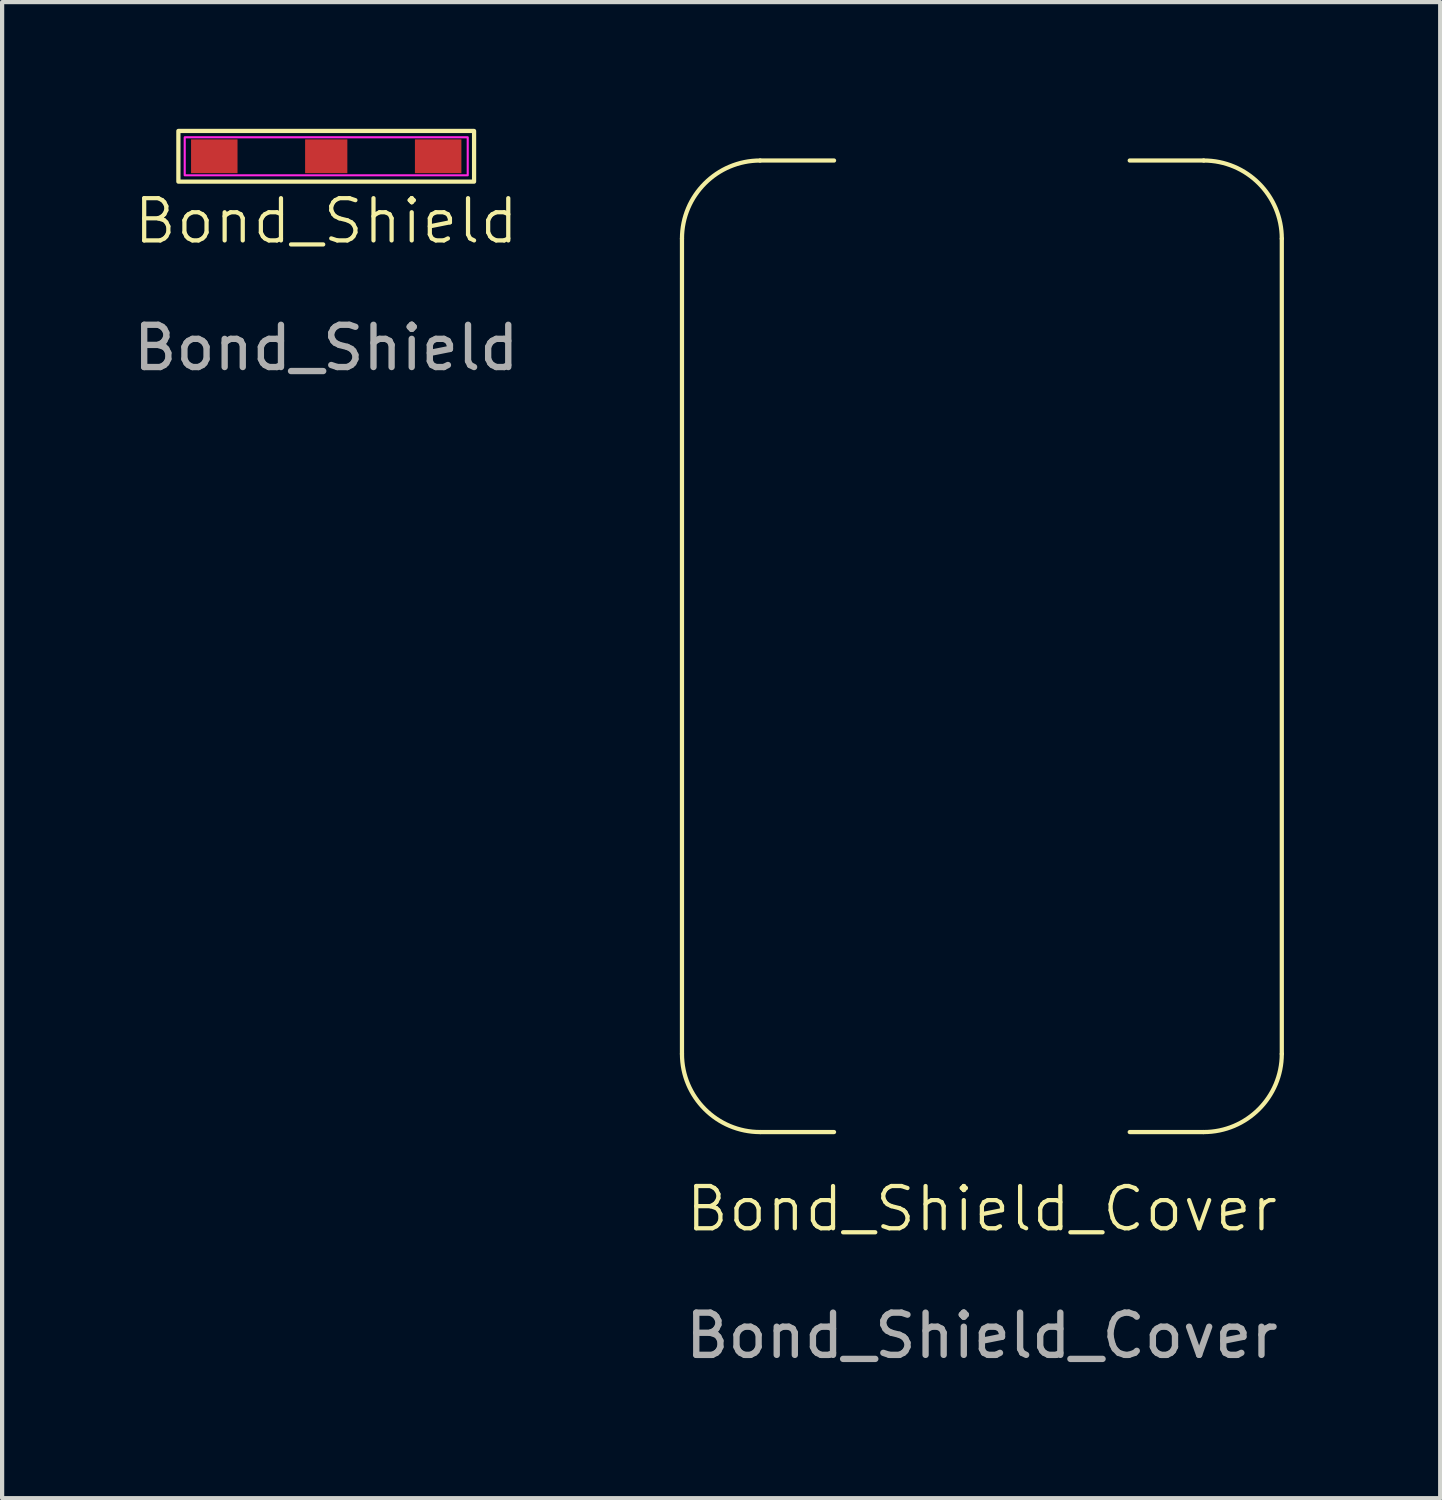
<source format=kicad_pcb>
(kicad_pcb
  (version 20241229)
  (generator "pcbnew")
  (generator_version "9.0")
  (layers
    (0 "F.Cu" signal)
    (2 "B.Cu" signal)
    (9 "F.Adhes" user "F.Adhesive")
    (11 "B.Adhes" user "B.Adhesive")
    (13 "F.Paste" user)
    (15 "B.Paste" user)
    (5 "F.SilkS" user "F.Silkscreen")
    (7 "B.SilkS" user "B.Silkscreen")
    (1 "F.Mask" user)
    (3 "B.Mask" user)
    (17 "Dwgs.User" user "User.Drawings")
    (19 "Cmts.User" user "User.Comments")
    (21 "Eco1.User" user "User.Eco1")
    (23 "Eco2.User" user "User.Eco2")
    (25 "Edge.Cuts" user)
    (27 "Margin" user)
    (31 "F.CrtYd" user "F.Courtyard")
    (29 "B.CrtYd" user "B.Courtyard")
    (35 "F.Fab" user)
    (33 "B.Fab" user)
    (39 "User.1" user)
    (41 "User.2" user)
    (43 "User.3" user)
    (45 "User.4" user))
  (footprint "Bond_Shield"
    (layer "F.Cu")
    (at 4.673 0.65)
    (property "Reference" "Bond_Shield" (at 0 1.534 0) (unlocked yes) (layer "F.SilkS") (effects (font (size 1 1) (thickness 0.1))))
    (attr smd)
    (fp_rect (start -3.5 -0.6) (end 3.5 0.6) (stroke (width 0.1) (type default)) (fill no) (layer "F.SilkS"))
    (fp_rect (start -3.35 -0.45) (end 3.35 0.45) (stroke (width 0.05) (type default)) (fill no) (layer "F.CrtYd"))
    (fp_text user "${REFERENCE}" (at 0 4.534 0) (unlocked yes) (layer "F.Fab") (effects (font (size 1 1) (thickness 0.15))))
    (pad "1" smd rect (at -2.65 0) (size 1.1 0.8) (layers "F.Cu" "F.Mask" "F.Paste"))
    (pad "1" smd rect (at 0 0) (size 1 0.8) (layers "F.Cu" "F.Mask" "F.Paste"))
    (pad "1" smd rect (at 2.65 0) (size 1.1 0.8) (layers "F.Cu" "F.Mask" "F.Paste")))
  (footprint "Bond_Shield_Cover"
    (layer "F.Cu")
    (at 20.195 12.25)
    (property "Reference" "Bond_Shield_Cover" (at 0 13.32 0) (unlocked yes) (layer "F.SilkS") (effects (font (size 1 1) (thickness 0.1))))
    (fp_line (start -7.1 9.65) (end -7.1 -9.65) (stroke (width 0.1) (type default)) (layer "F.SilkS"))
    (fp_line (start -5.25 -11.5) (end -3.5 -11.5) (stroke (width 0.1) (type default)) (layer "F.SilkS"))
    (fp_line (start -3.5 11.5) (end -5.25 11.5) (stroke (width 0.1) (type default)) (layer "F.SilkS"))
    (fp_line (start 3.5 -11.5) (end 5.25 -11.5) (stroke (width 0.1) (type default)) (layer "F.SilkS"))
    (fp_line (start 5.25 11.5) (end 3.5 11.5) (stroke (width 0.1) (type default)) (layer "F.SilkS"))
    (fp_line (start 7.1 -9.65) (end 7.1 9.65) (stroke (width 0.1) (type default)) (layer "F.SilkS"))
    (fp_arc (start -7.1 -9.65) (mid -6.558148 -10.958148) (end -5.25 -11.5) (stroke (width 0.1) (type default)) (layer "F.SilkS"))
    (fp_arc (start -5.25 11.5) (mid -6.558148 10.958148) (end -7.1 9.65) (stroke (width 0.1) (type default)) (layer "F.SilkS"))
    (fp_arc (start 5.25 -11.5) (mid 6.558148 -10.958148) (end 7.1 -9.65) (stroke (width 0.1) (type default)) (layer "F.SilkS"))
    (fp_arc (start 7.1 9.65) (mid 6.558148 10.958148) (end 5.25 11.5) (stroke (width 0.1) (type default)) (layer "F.SilkS"))
    (fp_line (start -7.1 9.65) (end -7.1 -9.65) (stroke (width 1.5) (type default)) (layer "User.1"))
    (fp_line (start -5.25 -11.5) (end 5.25 -11.5) (stroke (width 1.5) (type default)) (layer "User.1"))
    (fp_line (start 5.25 11.5) (end -5.25 11.5) (stroke (width 1.5) (type default)) (layer "User.1"))
    (fp_line (start 7.1 -9.65) (end 7.1 9.65) (stroke (width 1.5) (type default)) (layer "User.1"))
    (fp_arc (start -7.1 -9.65) (mid -6.558148 -10.958148) (end -5.25 -11.5) (stroke (width 1.5) (type default)) (layer "User.1"))
    (fp_arc (start -5.25 11.5) (mid -6.558148 10.958148) (end -7.1 9.65) (stroke (width 1.5) (type default)) (layer "User.1"))
    (fp_arc (start 5.25 -11.5) (mid 6.558148 -10.958148) (end 7.1 -9.65) (stroke (width 1.5) (type default)) (layer "User.1"))
    (fp_arc (start 7.1 9.65) (mid 6.558148 10.958148) (end 5.25 11.5) (stroke (width 1.5) (type default)) (layer "User.1"))
    (fp_text user "${REFERENCE}" (at 0 16.32 0) (unlocked yes) (layer "F.Fab") (effects (font (size 1 1) (thickness 0.15)))))
  (gr_rect
    (start -3 -3)
    (end 31.045 32.418)
    (stroke (width 0.1) (type default))
    (fill no)
    (layer "Edge.Cuts")))
</source>
